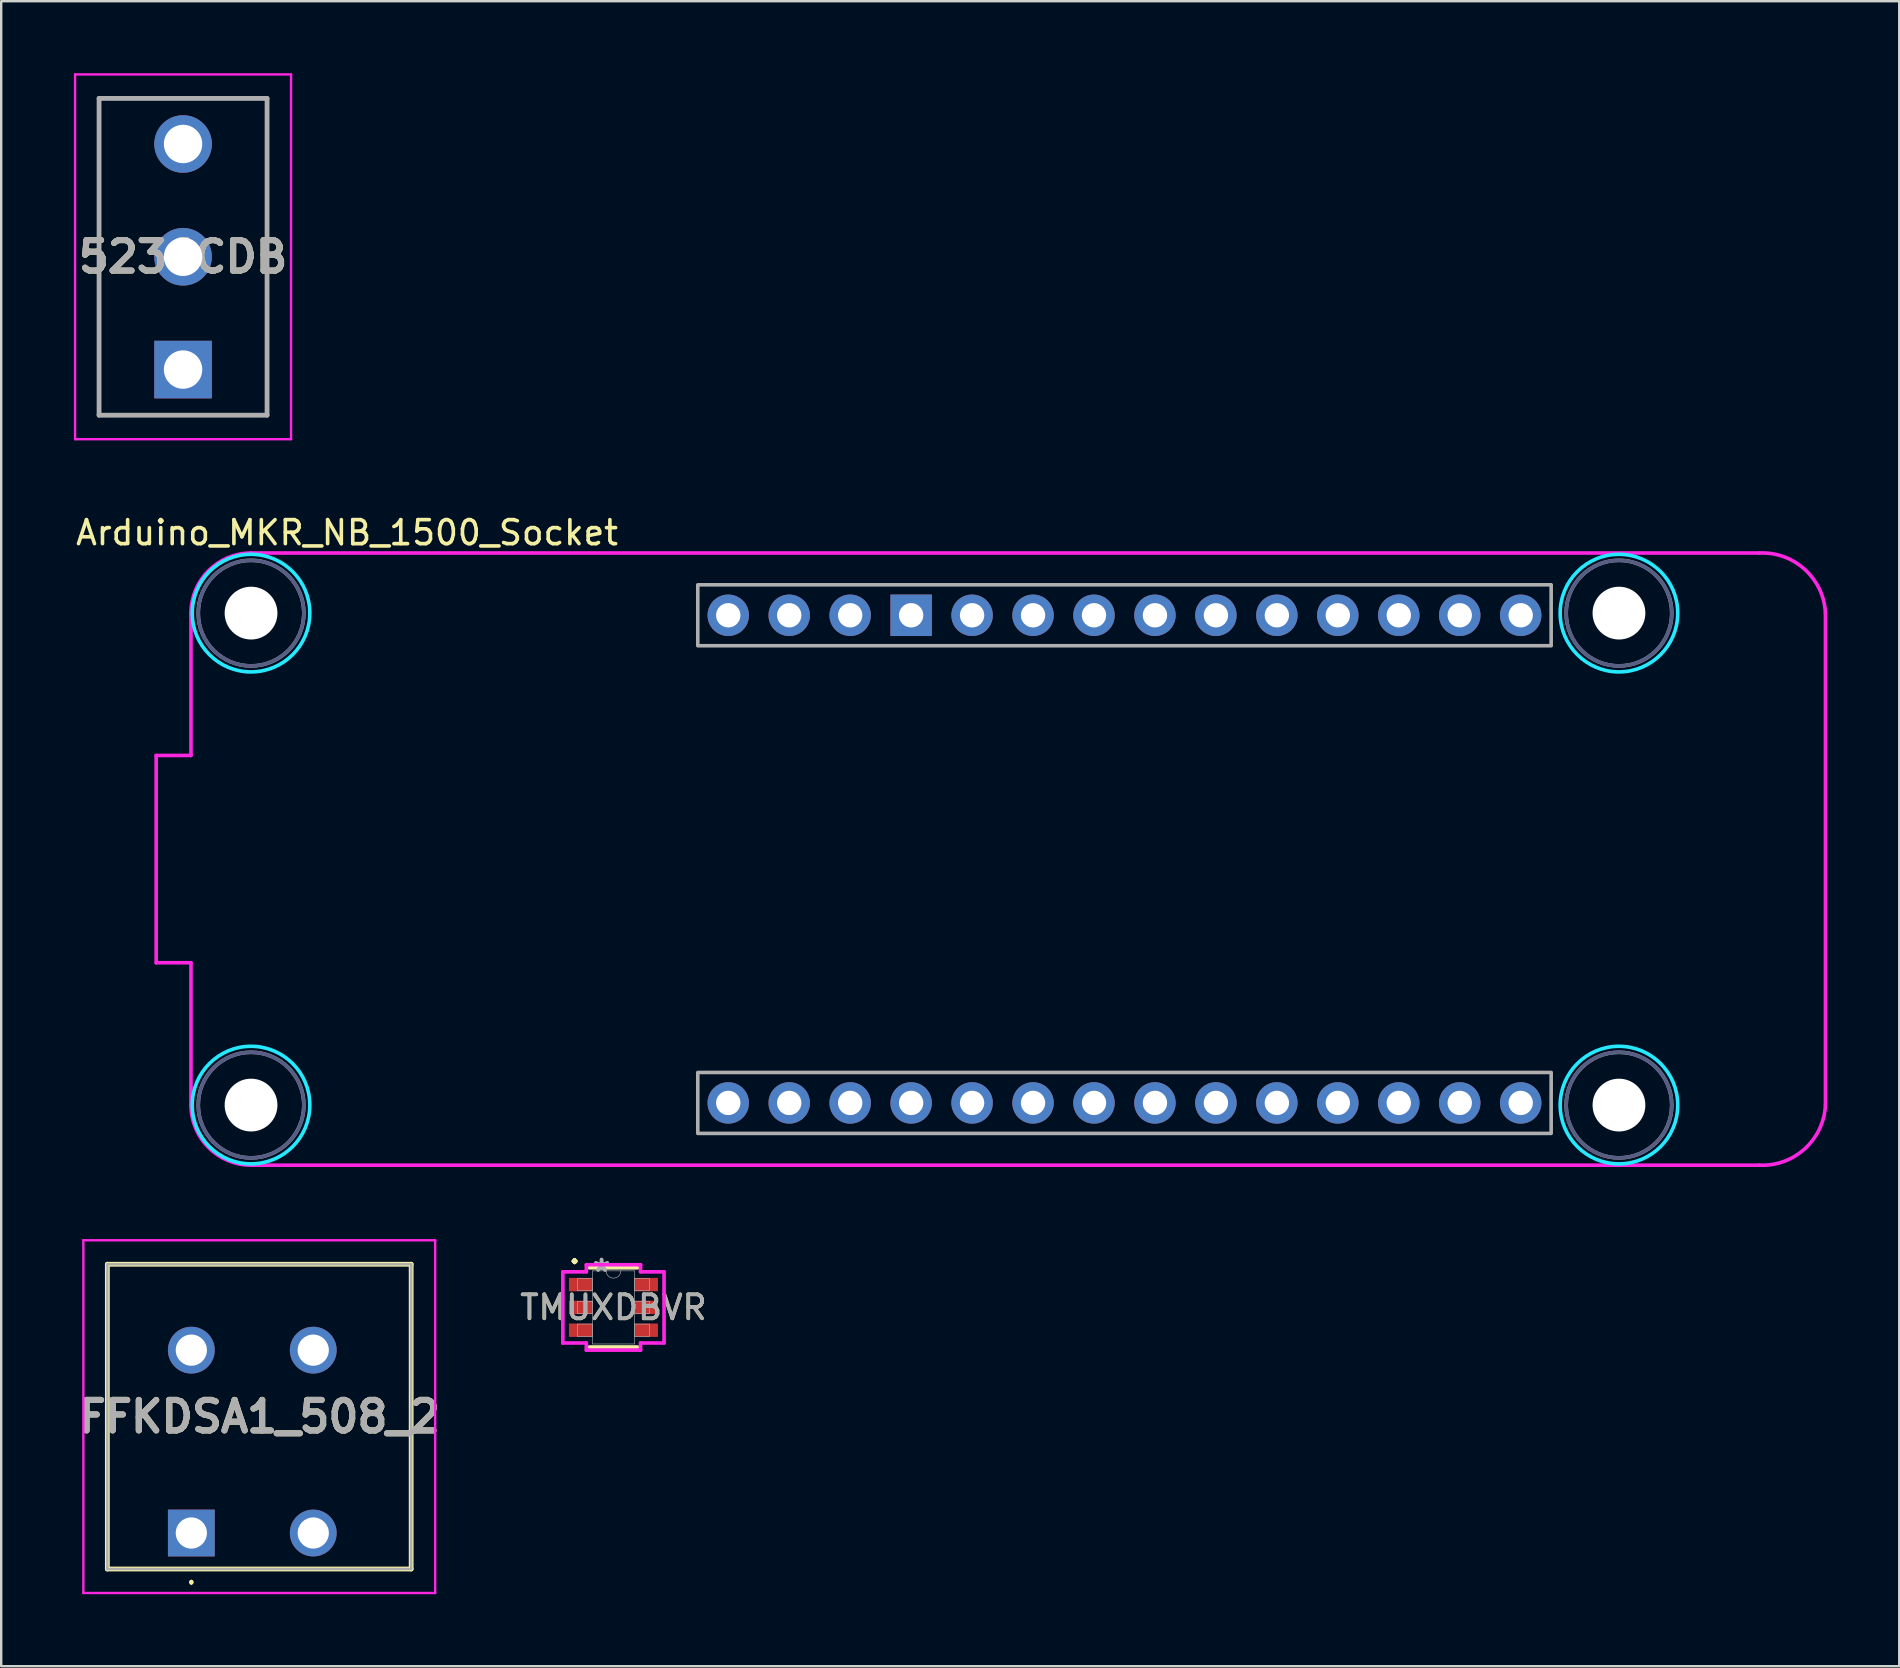
<source format=kicad_pcb>
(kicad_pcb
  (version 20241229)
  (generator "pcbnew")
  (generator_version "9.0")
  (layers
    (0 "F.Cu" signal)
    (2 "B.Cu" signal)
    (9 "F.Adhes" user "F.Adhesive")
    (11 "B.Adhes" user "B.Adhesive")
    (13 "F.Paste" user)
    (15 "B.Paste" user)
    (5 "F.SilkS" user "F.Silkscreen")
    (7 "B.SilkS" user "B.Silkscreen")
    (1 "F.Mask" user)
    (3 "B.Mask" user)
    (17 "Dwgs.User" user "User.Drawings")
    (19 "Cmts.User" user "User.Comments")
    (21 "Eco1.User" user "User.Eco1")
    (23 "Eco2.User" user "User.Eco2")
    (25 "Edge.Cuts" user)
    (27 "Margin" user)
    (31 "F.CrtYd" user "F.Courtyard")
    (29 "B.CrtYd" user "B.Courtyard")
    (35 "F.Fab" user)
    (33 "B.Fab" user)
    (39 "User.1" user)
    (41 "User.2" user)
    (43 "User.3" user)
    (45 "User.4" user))
  (footprint "FFKDSA1_508_2"
    (layer "F.Cu")
    (at 4.923 60.83)
    (property "Reference" "FFKDSA1_508_2" (at 2.83 -4.85 0) (layer "F.SilkS") (effects (font (size 1.27 1.27) (thickness 0.254))))
    (attr through_hole)
    (fp_line (start -3.5 -11.2) (end -3.5 1.5) (stroke (width 0.2) (type solid)) (layer "F.SilkS"))
    (fp_line (start -3.5 1.5) (end 9.16 1.5) (stroke (width 0.2) (type solid)) (layer "F.SilkS"))
    (fp_line (start 0 2) (end 0 2) (stroke (width 0.1) (type solid)) (layer "F.SilkS"))
    (fp_line (start 0 2.1) (end 0 2.1) (stroke (width 0.1) (type solid)) (layer "F.SilkS"))
    (fp_line (start 9.16 -11.2) (end -3.5 -11.2) (stroke (width 0.2) (type solid)) (layer "F.SilkS"))
    (fp_line (start 9.16 1.5) (end 9.16 -11.2) (stroke (width 0.2) (type solid)) (layer "F.SilkS"))
    (fp_arc (start 0 2) (mid 0.05 2.05) (end 0 2.1) (stroke (width 0.1) (type solid)) (layer "F.SilkS"))
    (fp_arc (start 0 2.1) (mid -0.05 2.05) (end 0 2) (stroke (width 0.1) (type solid)) (layer "F.SilkS"))
    (fp_line (start -4.5 -12.2) (end 10.16 -12.2) (stroke (width 0.1) (type solid)) (layer "F.CrtYd"))
    (fp_line (start -4.5 2.5) (end -4.5 -12.2) (stroke (width 0.1) (type solid)) (layer "F.CrtYd"))
    (fp_line (start 10.16 -12.2) (end 10.16 2.5) (stroke (width 0.1) (type solid)) (layer "F.CrtYd"))
    (fp_line (start 10.16 2.5) (end -4.5 2.5) (stroke (width 0.1) (type solid)) (layer "F.CrtYd"))
    (fp_line (start -3.5 -11.2) (end -3.5 1.5) (stroke (width 0.1) (type solid)) (layer "F.Fab"))
    (fp_line (start -3.5 1.5) (end 9.16 1.5) (stroke (width 0.1) (type solid)) (layer "F.Fab"))
    (fp_line (start 9.16 -11.2) (end -3.5 -11.2) (stroke (width 0.1) (type solid)) (layer "F.Fab"))
    (fp_line (start 9.16 1.5) (end 9.16 -11.2) (stroke (width 0.1) (type solid)) (layer "F.Fab"))
    (fp_text user "${REFERENCE}" (at 2.83 -4.85 0) (layer "F.Fab") (effects (font (size 1.27 1.27) (thickness 0.254))))
    (pad "1" thru_hole rect (at 0 0) (size 1.95 1.95) (drill 1.3) (layers "*.Cu" "*.Mask"))
    (pad "2" thru_hole circle (at 0 -7.62) (size 1.95 1.95) (drill 1.3) (layers "*.Cu" "*.Mask"))
    (pad "3" thru_hole circle (at 5.08 0) (size 1.95 1.95) (drill 1.3) (layers "*.Cu" "*.Mask"))
    (pad "4" thru_hole circle (at 5.08 -7.62) (size 1.95 1.95) (drill 1.3) (layers "*.Cu" "*.Mask")))
  (footprint "Arduino_MKR_NB_1500_Socket"
    (layer "F.Cu")
    (at 7.411 22.498)
    (property "Reference" "Arduino_MKR_NB_1500_Socket" (at 4 -3.35 0) (unlocked yes) (layer "F.SilkS") (effects (font (size 1 1) (thickness 0.15))))
    (attr through_hole)
    (fp_circle (center 0 0) (end 2.45 0) (stroke (width 0.15) (type solid)) (fill no) (layer "B.CrtYd"))
    (fp_circle (center 0 20.5) (end 2.45 20.5) (stroke (width 0.15) (type solid)) (fill no) (layer "B.CrtYd"))
    (fp_circle (center 57 0) (end 59.45 0) (stroke (width 0.15) (type solid)) (fill no) (layer "B.CrtYd"))
    (fp_circle (center 57 20.5) (end 59.45 20.5) (stroke (width 0.15) (type solid)) (fill no) (layer "B.CrtYd"))
    (fp_line (start -3.954 5.932) (end -2.504 5.932) (stroke (width 0.15) (type solid)) (layer "F.CrtYd"))
    (fp_line (start -3.954 14.568) (end -3.954 5.932) (stroke (width 0.15) (type solid)) (layer "F.CrtYd"))
    (fp_line (start -2.504 5.932) (end -2.504 0) (stroke (width 0.15) (type solid)) (layer "F.CrtYd"))
    (fp_line (start -2.504 14.568) (end -3.954 14.568) (stroke (width 0.15) (type solid)) (layer "F.CrtYd"))
    (fp_line (start -2.504 20.5) (end -2.504 14.568) (stroke (width 0.15) (type solid)) (layer "F.CrtYd"))
    (fp_line (start 0 -2.504) (end 62.846 -2.504) (stroke (width 0.15) (type solid)) (layer "F.CrtYd"))
    (fp_line (start 62.846 23.004) (end 0 23.004) (stroke (width 0.15) (type solid)) (layer "F.CrtYd"))
    (fp_line (start 65.604 0) (end 65.604 20.5) (stroke (width 0.15) (type solid)) (layer "F.CrtYd"))
    (fp_arc (start -2.504 0) (mid -1.770595 -1.770595) (end 0 -2.504) (stroke (width 0.15) (type solid)) (layer "F.CrtYd"))
    (fp_arc (start 0 23.004) (mid -1.770595 22.270595) (end -2.504 20.5) (stroke (width 0.15) (type solid)) (layer "F.CrtYd"))
    (fp_arc (start 62.846 -2.504) (mid 64.743595 -1.823201) (end 65.604 0) (stroke (width 0.15) (type solid)) (layer "F.CrtYd"))
    (fp_arc (start 65.604 20.5) (mid 64.743595 22.323201) (end 62.846 23.004) (stroke (width 0.15) (type solid)) (layer "F.CrtYd"))
    (fp_circle (center 0 0) (end 2.2 0) (stroke (width 0.15) (type solid)) (fill no) (layer "B.Fab"))
    (fp_circle (center 0 20.5) (end 2.2 20.5) (stroke (width 0.15) (type solid)) (fill no) (layer "B.Fab"))
    (fp_circle (center 57 0) (end 59.2 0) (stroke (width 0.15) (type solid)) (fill no) (layer "B.Fab"))
    (fp_circle (center 57 20.5) (end 59.2 20.5) (stroke (width 0.15) (type solid)) (fill no) (layer "B.Fab"))
    (fp_rect (start 18.615 -1.18) (end 54.175 1.36) (stroke (width 0.15) (type solid)) (fill no) (layer "F.Fab"))
    (fp_rect (start 18.615 19.14) (end 54.175 21.68) (stroke (width 0.15) (type solid)) (fill no) (layer "F.Fab"))
    (fp_circle (center 0 0) (end 2.2 0) (stroke (width 0.15) (type solid)) (fill no) (layer "F.Fab"))
    (fp_circle (center 0 20.5) (end 2.2 20.5) (stroke (width 0.15) (type solid)) (fill no) (layer "F.Fab"))
    (fp_circle (center 57 0) (end 59.2 0) (stroke (width 0.15) (type solid)) (fill no) (layer "F.Fab"))
    (fp_circle (center 57 20.5) (end 59.2 20.5) (stroke (width 0.15) (type solid)) (fill no) (layer "F.Fab"))
    (pad "" np_thru_hole circle (at 0 0) (size 2.2 2.2) (drill 2.2) (layers "*.Cu" "*.Mask"))
    (pad "" np_thru_hole circle (at 0 20.5) (size 2.2 2.2) (drill 2.2) (layers "*.Cu" "*.Mask"))
    (pad "" np_thru_hole circle (at 57 0) (size 2.2 2.2) (drill 2.2) (layers "*.Cu" "*.Mask"))
    (pad "" np_thru_hole circle (at 57 20.5) (size 2.2 2.2) (drill 2.2) (layers "*.Cu" "*.Mask"))
    (pad "3V3" thru_hole circle (at 24.965 0.09) (size 1.727 1.727) (drill 1.016) (layers "*.Cu" "*.Mask"))
    (pad "5V" thru_hole circle (at 19.885 0.09) (size 1.727 1.727) (drill 1.016) (layers "*.Cu" "*.Mask"))
    (pad "A0" thru_hole circle (at 22.425 20.41) (size 1.727 1.727) (drill 1.016) (layers "*.Cu" "*.Mask"))
    (pad "A1" thru_hole circle (at 24.965 20.41) (size 1.727 1.727) (drill 1.016) (layers "*.Cu" "*.Mask"))
    (pad "A2" thru_hole circle (at 27.505 20.41) (size 1.727 1.727) (drill 1.016) (layers "*.Cu" "*.Mask"))
    (pad "A3" thru_hole circle (at 30.045 20.41) (size 1.727 1.727) (drill 1.016) (layers "*.Cu" "*.Mask"))
    (pad "A4" thru_hole circle (at 32.585 20.41) (size 1.727 1.727) (drill 1.016) (layers "*.Cu" "*.Mask"))
    (pad "A5" thru_hole circle (at 35.125 20.41) (size 1.727 1.727) (drill 1.016) (layers "*.Cu" "*.Mask"))
    (pad "A6" thru_hole circle (at 37.665 20.41) (size 1.727 1.727) (drill 1.016) (layers "*.Cu" "*.Mask"))
    (pad "AREF" thru_hole circle (at 19.885 20.41) (size 1.727 1.727) (drill 1.016) (layers "*.Cu" "*.Mask"))
    (pad "D0" thru_hole circle (at 40.205 20.41) (size 1.727 1.727) (drill 1.016) (layers "*.Cu" "*.Mask"))
    (pad "D1" thru_hole circle (at 42.745 20.41) (size 1.727 1.727) (drill 1.016) (layers "*.Cu" "*.Mask"))
    (pad "D2" thru_hole circle (at 45.285 20.41) (size 1.727 1.727) (drill 1.016) (layers "*.Cu" "*.Mask"))
    (pad "D3" thru_hole circle (at 47.825 20.41) (size 1.727 1.727) (drill 1.016) (layers "*.Cu" "*.Mask"))
    (pad "D4" thru_hole circle (at 50.365 20.41) (size 1.727 1.727) (drill 1.016) (layers "*.Cu" "*.Mask"))
    (pad "D5" thru_hole circle (at 52.905 20.41) (size 1.727 1.727) (drill 1.016) (layers "*.Cu" "*.Mask"))
    (pad "D6" thru_hole circle (at 52.905 0.09) (size 1.727 1.727) (drill 1.016) (layers "*.Cu" "*.Mask"))
    (pad "D7" thru_hole circle (at 50.365 0.09) (size 1.727 1.727) (drill 1.016) (layers "*.Cu" "*.Mask"))
    (pad "D8" thru_hole circle (at 47.825 0.09) (size 1.727 1.727) (drill 1.016) (layers "*.Cu" "*.Mask"))
    (pad "D9" thru_hole circle (at 45.285 0.09) (size 1.727 1.727) (drill 1.016) (layers "*.Cu" "*.Mask"))
    (pad "D10" thru_hole circle (at 42.745 0.09) (size 1.727 1.727) (drill 1.016) (layers "*.Cu" "*.Mask"))
    (pad "D11" thru_hole circle (at 40.205 0.09) (size 1.727 1.727) (drill 1.016) (layers "*.Cu" "*.Mask"))
    (pad "D12" thru_hole circle (at 37.665 0.09) (size 1.727 1.727) (drill 1.016) (layers "*.Cu" "*.Mask"))
    (pad "D13" thru_hole circle (at 35.125 0.09) (size 1.727 1.727) (drill 1.016) (layers "*.Cu" "*.Mask"))
    (pad "D14" thru_hole circle (at 32.585 0.09) (size 1.727 1.727) (drill 1.016) (layers "*.Cu" "*.Mask"))
    (pad "GND" thru_hole rect (at 27.505 0.09) (size 1.727 1.727) (drill 1.016) (layers "*.Cu" "*.Mask"))
    (pad "RST" thru_hole circle (at 30.045 0.09) (size 1.727 1.727) (drill 1.016) (layers "*.Cu" "*.Mask"))
    (pad "VIN" thru_hole circle (at 22.425 0.09) (size 1.727 1.727) (drill 1.016) (layers "*.Cu" "*.Mask")))
  (footprint "TMUXDBVR"
    (layer "F.Cu")
    (at 22.512 51.429)
    (property "Reference" "TMUXDBVR" (at 0 0 0) (unlocked yes) (layer "F.SilkS") (effects (font (size 1 1) (thickness 0.15))))
    (attr smd)
    (fp_line (start -1.003 1.651) (end 1.003 1.651) (stroke (width 0.152) (type solid)) (layer "F.SilkS"))
    (fp_line (start 1.003 -1.651) (end -1.003 -1.651) (stroke (width 0.152) (type solid)) (layer "F.SilkS"))
    (fp_line (start -2.108 -1.483) (end -1.13 -1.483) (stroke (width 0.152) (type solid)) (layer "F.CrtYd"))
    (fp_line (start -2.108 1.483) (end -2.108 -1.483) (stroke (width 0.152) (type solid)) (layer "F.CrtYd"))
    (fp_line (start -2.108 1.483) (end -1.13 1.483) (stroke (width 0.152) (type solid)) (layer "F.CrtYd"))
    (fp_line (start -1.13 -1.778) (end 1.13 -1.778) (stroke (width 0.152) (type solid)) (layer "F.CrtYd"))
    (fp_line (start -1.13 -1.483) (end -1.13 -1.778) (stroke (width 0.152) (type solid)) (layer "F.CrtYd"))
    (fp_line (start -1.13 1.778) (end -1.13 1.483) (stroke (width 0.152) (type solid)) (layer "F.CrtYd"))
    (fp_line (start 1.13 -1.778) (end 1.13 -1.483) (stroke (width 0.152) (type solid)) (layer "F.CrtYd"))
    (fp_line (start 1.13 1.483) (end 1.13 1.778) (stroke (width 0.152) (type solid)) (layer "F.CrtYd"))
    (fp_line (start 1.13 1.778) (end -1.13 1.778) (stroke (width 0.152) (type solid)) (layer "F.CrtYd"))
    (fp_line (start 2.108 -1.483) (end 1.13 -1.483) (stroke (width 0.152) (type solid)) (layer "F.CrtYd"))
    (fp_line (start 2.108 -1.483) (end 2.108 1.483) (stroke (width 0.152) (type solid)) (layer "F.CrtYd"))
    (fp_line (start 2.108 1.483) (end 1.13 1.483) (stroke (width 0.152) (type solid)) (layer "F.CrtYd"))
    (fp_line (start -1.499 -1.204) (end -1.499 -0.696) (stroke (width 0.025) (type solid)) (layer "F.Fab"))
    (fp_line (start -1.499 -0.696) (end -0.876 -0.696) (stroke (width 0.025) (type solid)) (layer "F.Fab"))
    (fp_line (start -1.499 -0.254) (end -1.499 0.254) (stroke (width 0.025) (type solid)) (layer "F.Fab"))
    (fp_line (start -1.499 0.254) (end -0.876 0.254) (stroke (width 0.025) (type solid)) (layer "F.Fab"))
    (fp_line (start -1.499 0.696) (end -1.499 1.204) (stroke (width 0.025) (type solid)) (layer "F.Fab"))
    (fp_line (start -1.499 1.204) (end -0.876 1.204) (stroke (width 0.025) (type solid)) (layer "F.Fab"))
    (fp_line (start -0.876 -1.524) (end -0.876 1.524) (stroke (width 0.025) (type solid)) (layer "F.Fab"))
    (fp_line (start -0.876 -1.204) (end -1.499 -1.204) (stroke (width 0.025) (type solid)) (layer "F.Fab"))
    (fp_line (start -0.876 -0.696) (end -0.876 -1.204) (stroke (width 0.025) (type solid)) (layer "F.Fab"))
    (fp_line (start -0.876 -0.254) (end -1.499 -0.254) (stroke (width 0.025) (type solid)) (layer "F.Fab"))
    (fp_line (start -0.876 0.254) (end -0.876 -0.254) (stroke (width 0.025) (type solid)) (layer "F.Fab"))
    (fp_line (start -0.876 0.696) (end -1.499 0.696) (stroke (width 0.025) (type solid)) (layer "F.Fab"))
    (fp_line (start -0.876 1.204) (end -0.876 0.696) (stroke (width 0.025) (type solid)) (layer "F.Fab"))
    (fp_line (start -0.876 1.524) (end 0.876 1.524) (stroke (width 0.025) (type solid)) (layer "F.Fab"))
    (fp_line (start 0.876 -1.524) (end -0.876 -1.524) (stroke (width 0.025) (type solid)) (layer "F.Fab"))
    (fp_line (start 0.876 -1.204) (end 0.876 -0.696) (stroke (width 0.025) (type solid)) (layer "F.Fab"))
    (fp_line (start 0.876 -0.696) (end 1.499 -0.696) (stroke (width 0.025) (type solid)) (layer "F.Fab"))
    (fp_line (start 0.876 -0.254) (end 0.876 0.254) (stroke (width 0.025) (type solid)) (layer "F.Fab"))
    (fp_line (start 0.876 0.254) (end 1.499 0.254) (stroke (width 0.025) (type solid)) (layer "F.Fab"))
    (fp_line (start 0.876 0.696) (end 0.876 1.204) (stroke (width 0.025) (type solid)) (layer "F.Fab"))
    (fp_line (start 0.876 1.204) (end 1.499 1.204) (stroke (width 0.025) (type solid)) (layer "F.Fab"))
    (fp_line (start 0.876 1.524) (end 0.876 -1.524) (stroke (width 0.025) (type solid)) (layer "F.Fab"))
    (fp_line (start 1.499 -1.204) (end 0.876 -1.204) (stroke (width 0.025) (type solid)) (layer "F.Fab"))
    (fp_line (start 1.499 -0.696) (end 1.499 -1.204) (stroke (width 0.025) (type solid)) (layer "F.Fab"))
    (fp_line (start 1.499 -0.254) (end 0.876 -0.254) (stroke (width 0.025) (type solid)) (layer "F.Fab"))
    (fp_line (start 1.499 0.254) (end 1.499 -0.254) (stroke (width 0.025) (type solid)) (layer "F.Fab"))
    (fp_line (start 1.499 0.696) (end 0.876 0.696) (stroke (width 0.025) (type solid)) (layer "F.Fab"))
    (fp_line (start 1.499 1.204) (end 1.499 0.696) (stroke (width 0.025) (type solid)) (layer "F.Fab"))
    (fp_arc (start 0.3048 -1.524) (mid 0 -1.2192) (end -0.3048 -1.524) (stroke (width 0.0254) (type solid)) (layer "F.Fab"))
    (fp_text user "·" (at -1.619 -2 0) (unlocked yes) (layer "F.SilkS") (effects (font (size 1 1) (thickness 0.15))))
    (fp_text user "·" (at -1.619 -2 0) (layer "F.SilkS") (effects (font (size 1 1) (thickness 0.15))))
    (fp_text user "*" (at -0.495 -1.448 0) (unlocked yes) (layer "F.Fab") (effects (font (size 1 1) (thickness 0.15))))
    (fp_text user "*" (at -0.495 -1.448 0) (layer "F.Fab") (effects (font (size 1 1) (thickness 0.15))))
    (fp_text user "${REFERENCE}" (at 0 0 0) (unlocked yes) (layer "F.Fab") (effects (font (size 1 1) (thickness 0.15))))
    (pad "1" smd rect (at -1.365 -0.95) (size 0.978 0.559) (layers "F.Cu" "F.Mask" "F.Paste"))
    (pad "2" smd rect (at -1.365 0) (size 0.978 0.559) (layers "F.Cu" "F.Mask" "F.Paste"))
    (pad "3" smd rect (at -1.365 0.95) (size 0.978 0.559) (layers "F.Cu" "F.Mask" "F.Paste"))
    (pad "4" smd rect (at 1.365 0.95) (size 0.978 0.559) (layers "F.Cu" "F.Mask" "F.Paste"))
    (pad "5" smd rect (at 1.365 0) (size 0.978 0.559) (layers "F.Cu" "F.Mask" "F.Paste"))
    (pad "6" smd rect (at 1.365 -0.95) (size 0.978 0.559) (layers "F.Cu" "F.Mask" "F.Paste")))
  (footprint "5236CDB"
    (layer "F.Cu")
    (at 4.578 12.35)
    (property "Reference" "5236CDB" (at 0 -4.7 0) (layer "F.SilkS") (effects (font (size 1.27 1.27) (thickness 0.254))))
    (attr through_hole)
    (fp_line (start -3.5 -11.3) (end 3.5 -11.3) (stroke (width 0.1) (type solid)) (layer "F.SilkS"))
    (fp_line (start -3.5 1.9) (end -3.5 -11.3) (stroke (width 0.1) (type solid)) (layer "F.SilkS"))
    (fp_line (start 3.5 -11.3) (end 3.5 1.9) (stroke (width 0.1) (type solid)) (layer "F.SilkS"))
    (fp_line (start 3.5 1.9) (end -3.5 1.9) (stroke (width 0.1) (type solid)) (layer "F.SilkS"))
    (fp_line (start -4.5 -12.3) (end 4.5 -12.3) (stroke (width 0.1) (type solid)) (layer "F.CrtYd"))
    (fp_line (start -4.5 2.9) (end -4.5 -12.3) (stroke (width 0.1) (type solid)) (layer "F.CrtYd"))
    (fp_line (start 4.5 -12.3) (end 4.5 2.9) (stroke (width 0.1) (type solid)) (layer "F.CrtYd"))
    (fp_line (start 4.5 2.9) (end -4.5 2.9) (stroke (width 0.1) (type solid)) (layer "F.CrtYd"))
    (fp_line (start -3.5 -11.3) (end 3.5 -11.3) (stroke (width 0.2) (type solid)) (layer "F.Fab"))
    (fp_line (start -3.5 1.9) (end -3.5 -11.3) (stroke (width 0.2) (type solid)) (layer "F.Fab"))
    (fp_line (start 3.5 -11.3) (end 3.5 1.9) (stroke (width 0.2) (type solid)) (layer "F.Fab"))
    (fp_line (start 3.5 1.9) (end -3.5 1.9) (stroke (width 0.2) (type solid)) (layer "F.Fab"))
    (fp_text user "${REFERENCE}" (at 0 -4.7 0) (layer "F.Fab") (effects (font (size 1.27 1.27) (thickness 0.254))))
    (pad "1" thru_hole rect (at 0 0) (size 2.4 2.4) (drill 1.6) (layers "*.Cu" "*.Mask"))
    (pad "2" thru_hole circle (at 0 -4.7) (size 2.4 2.4) (drill 1.6) (layers "*.Cu" "*.Mask"))
    (pad "3" thru_hole circle (at 0 -9.4) (size 2.4 2.4) (drill 1.6) (layers "*.Cu" "*.Mask")))
  (gr_rect
    (start -3 -3)
    (end 76.09 66.38)
    (stroke (width 0.1) (type default))
    (fill no)
    (layer "Edge.Cuts")))
</source>
